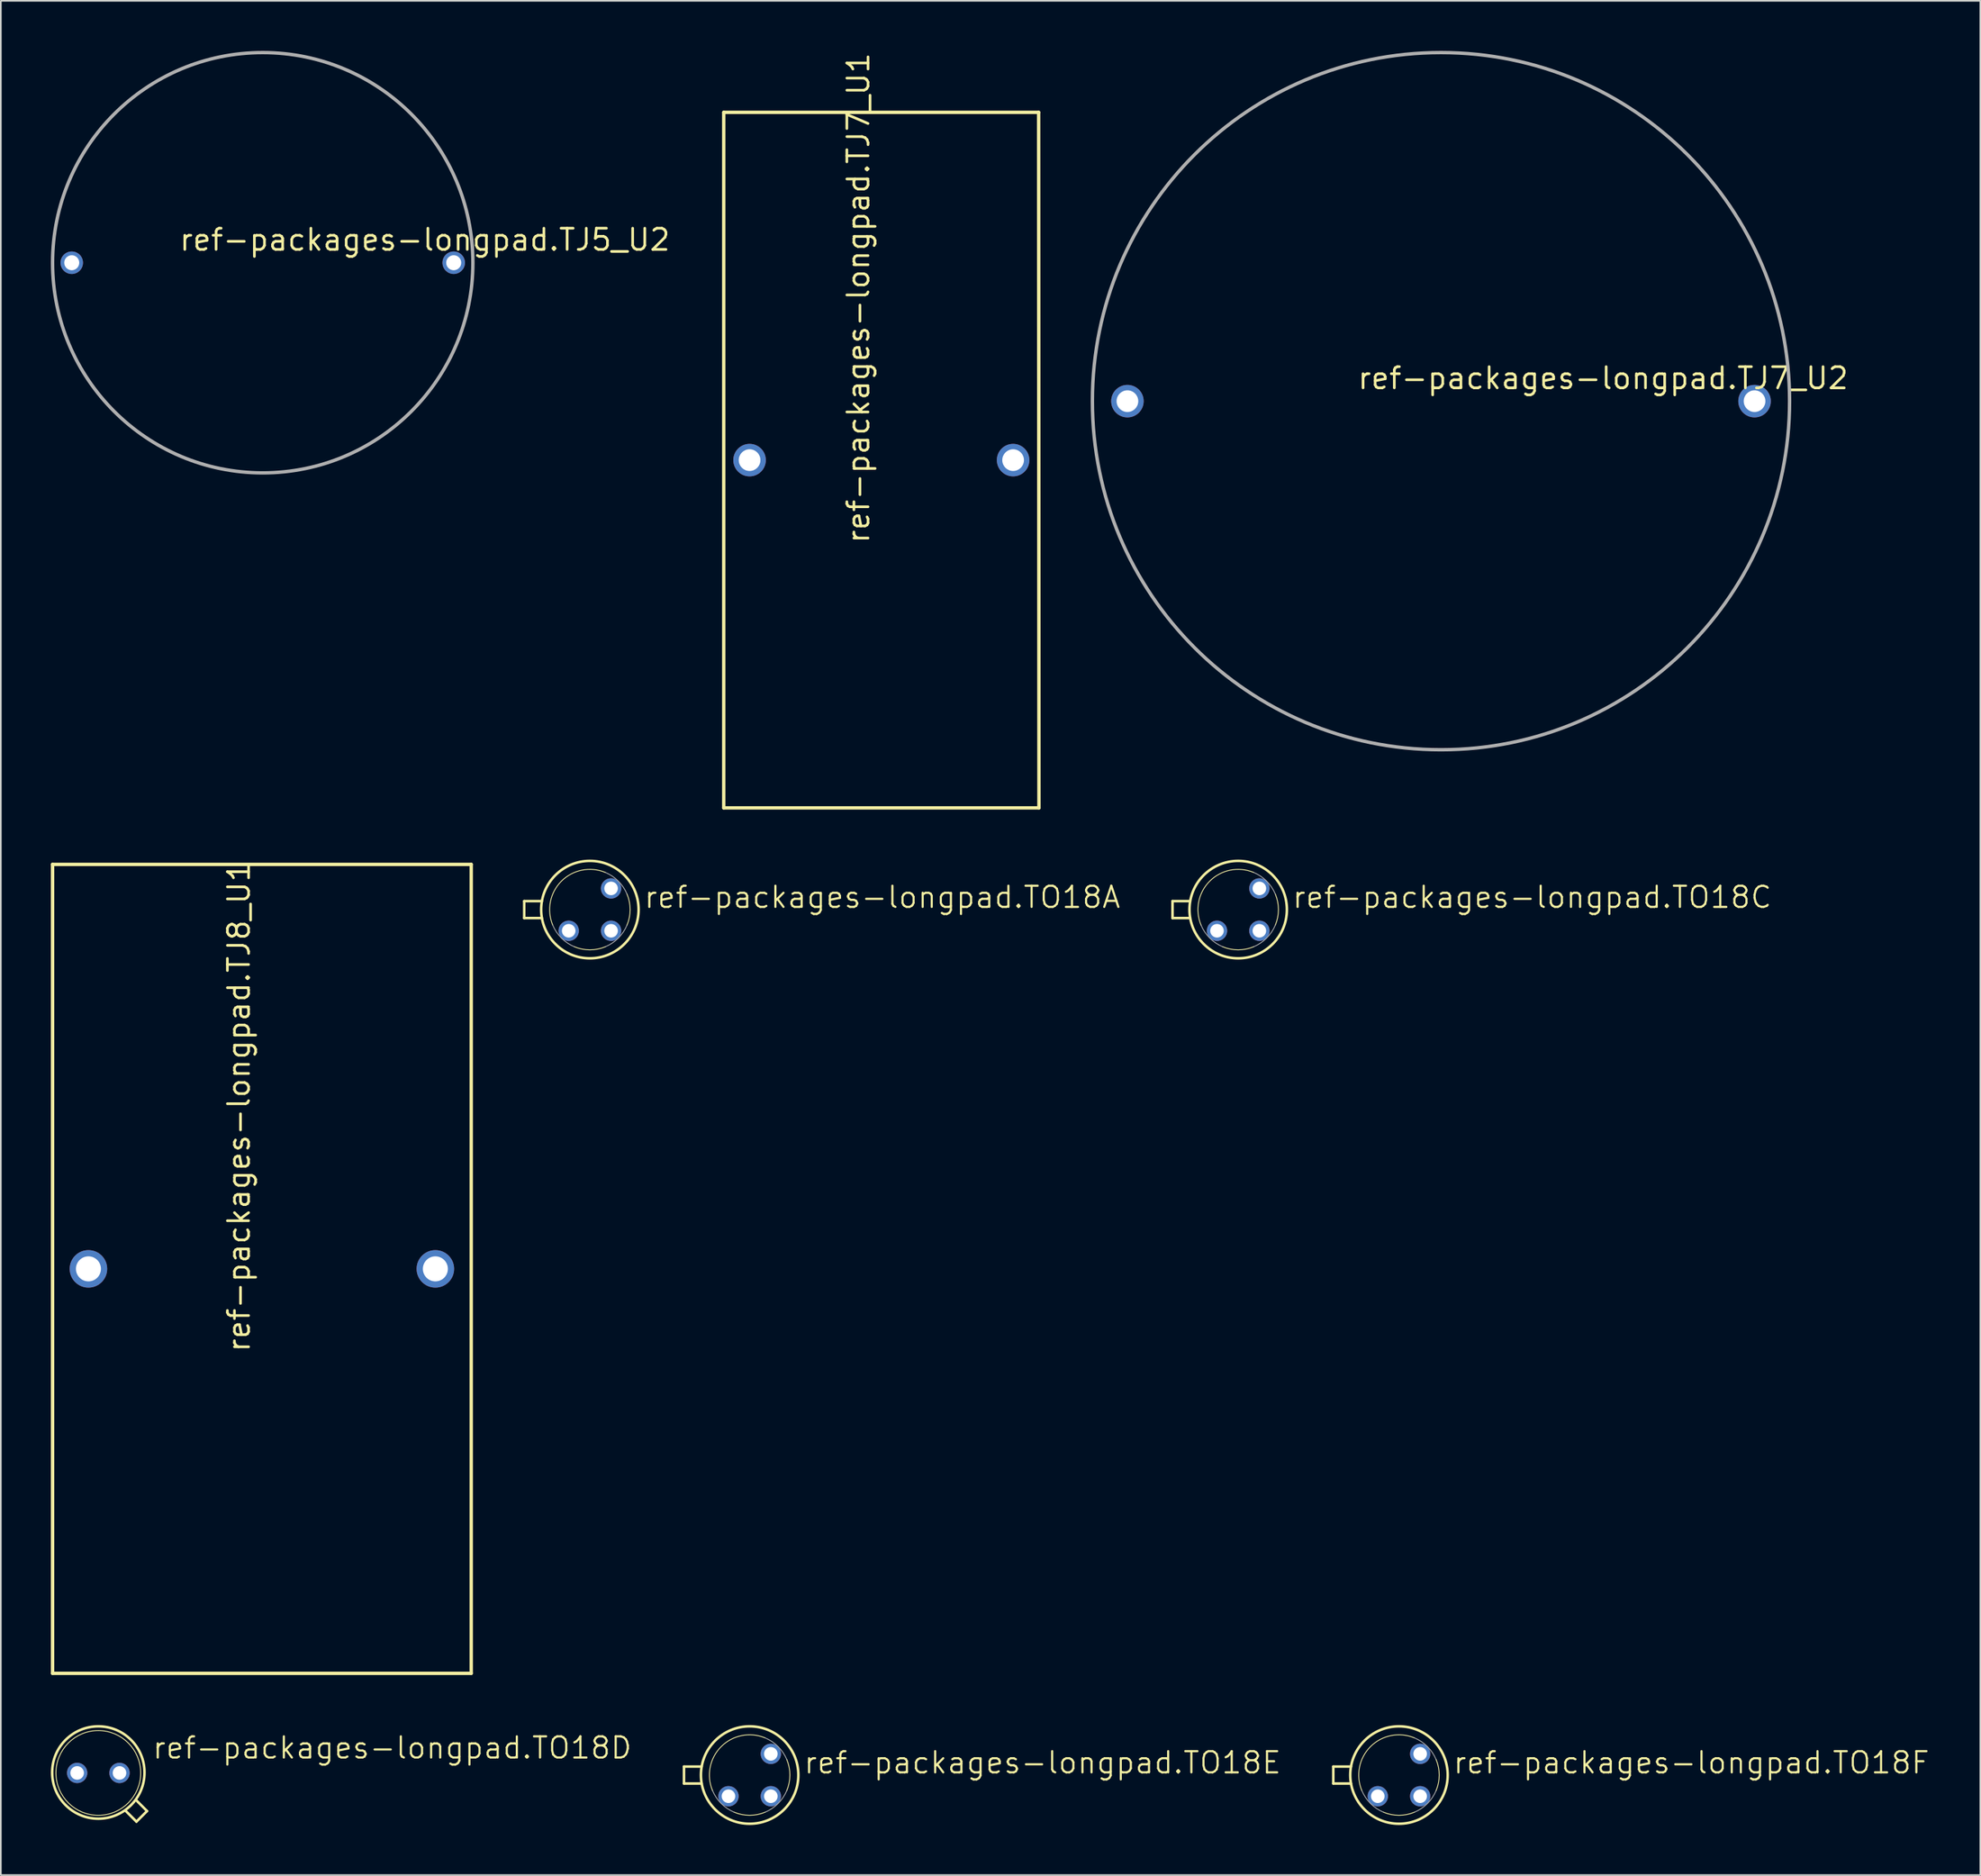
<source format=kicad_pcb>
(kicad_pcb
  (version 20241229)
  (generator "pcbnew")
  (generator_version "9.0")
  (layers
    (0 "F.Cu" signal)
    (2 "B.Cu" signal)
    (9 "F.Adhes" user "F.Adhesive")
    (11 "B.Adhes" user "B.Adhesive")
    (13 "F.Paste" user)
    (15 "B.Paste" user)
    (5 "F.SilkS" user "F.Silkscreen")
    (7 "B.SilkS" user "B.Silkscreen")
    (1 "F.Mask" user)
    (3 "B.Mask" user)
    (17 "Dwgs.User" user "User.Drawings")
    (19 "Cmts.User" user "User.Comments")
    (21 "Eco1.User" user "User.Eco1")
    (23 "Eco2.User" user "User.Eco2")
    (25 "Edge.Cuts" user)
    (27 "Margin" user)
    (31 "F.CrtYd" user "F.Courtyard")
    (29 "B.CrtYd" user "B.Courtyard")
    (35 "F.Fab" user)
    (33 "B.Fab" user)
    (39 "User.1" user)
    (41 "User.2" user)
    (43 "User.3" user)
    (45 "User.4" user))
  (footprint "ref-packages-longpad.TO18A"
    (layer "F.Cu")
    (at 32.316 51.486)
    (property "Reference" "ref-packages-longpad.TO18A" (at 3.175 0 0) (layer "F.SilkS") (effects (font (size 1.27 1.27) (thickness 0.13)) (justify left bottom)))
    (attr through_hole)
    (fp_line (start -3.937 -0.508) (end -2.877 -0.508) (stroke (width 0.152) (type default)) (layer "F.SilkS"))
    (fp_line (start -3.937 0.508) (end -3.937 -0.508) (stroke (width 0.152) (type default)) (layer "F.SilkS"))
    (fp_line (start -3.937 0.508) (end -2.877 0.508) (stroke (width 0.152) (type default)) (layer "F.SilkS"))
    (fp_arc (start -2.227 0.9289) (mid -1.706187 -1.706287) (end 0.929 -2.2271) (stroke (width 0.0508) (type default)) (layer "F.SilkS"))
    (fp_arc (start 0.9289 2.227) (mid 0 2.412962) (end -0.9289 2.227) (stroke (width 0.0508) (type default)) (layer "F.SilkS"))
    (fp_arc (start 2.227 -0.9289) (mid 2.412962 0) (end 2.227 0.9289) (stroke (width 0.0508) (type default)) (layer "F.SilkS"))
    (fp_circle (center 0 0) (end 2.921 0) (stroke (width 0.152) (type default)) (fill no) (layer "F.SilkS"))
    (fp_arc (start -0.9289 2.227) (mid -1.706222 1.706222) (end -2.227 0.9289) (stroke (width 0.0508) (type default)) (layer "F.Fab"))
    (fp_arc (start 0.9289 -2.227) (mid 1.706222 -1.706222) (end 2.227 -0.9289) (stroke (width 0.0508) (type default)) (layer "F.Fab"))
    (fp_arc (start 2.227 0.9289) (mid 1.706222 1.706222) (end 0.9289 2.227) (stroke (width 0.0508) (type default)) (layer "F.Fab"))
    (pad "B" thru_hole circle (at 1.27 1.27) (size 1.219 1.219) (drill 0.813) (layers "*.Cu" "*.Mask"))
    (pad "C" thru_hole circle (at 1.27 -1.27) (size 1.219 1.219) (drill 0.813) (layers "*.Cu" "*.Mask"))
    (pad "E" thru_hole circle (at -1.27 1.27) (size 1.219 1.219) (drill 0.813) (layers "*.Cu" "*.Mask")))
  (footprint "ref-packages-longpad.TO18F"
    (layer "F.Cu")
    (at 80.825 103.375)
    (property "Reference" "ref-packages-longpad.TO18F" (at 3.175 0 0) (layer "F.SilkS") (effects (font (size 1.27 1.27) (thickness 0.13)) (justify left bottom)))
    (attr through_hole)
    (fp_line (start -3.937 -0.508) (end -2.877 -0.508) (stroke (width 0.152) (type default)) (layer "F.SilkS"))
    (fp_line (start -3.937 0.508) (end -3.937 -0.508) (stroke (width 0.152) (type default)) (layer "F.SilkS"))
    (fp_line (start -3.937 0.508) (end -2.877 0.508) (stroke (width 0.152) (type default)) (layer "F.SilkS"))
    (fp_arc (start -2.227 0.9289) (mid -1.706187 -1.706287) (end 0.929 -2.2271) (stroke (width 0.0508) (type default)) (layer "F.SilkS"))
    (fp_arc (start 0.9289 2.227) (mid 0 2.412962) (end -0.9289 2.227) (stroke (width 0.0508) (type default)) (layer "F.SilkS"))
    (fp_arc (start 2.227 -0.9289) (mid 2.412962 0) (end 2.227 0.9289) (stroke (width 0.0508) (type default)) (layer "F.SilkS"))
    (fp_circle (center 0 0) (end 2.921 0) (stroke (width 0.152) (type default)) (fill no) (layer "F.SilkS"))
    (fp_arc (start -0.9289 2.227) (mid -1.706222 1.706222) (end -2.227 0.9289) (stroke (width 0.0508) (type default)) (layer "F.Fab"))
    (fp_arc (start 0.9289 -2.227) (mid 1.706222 -1.706222) (end 2.227 -0.9289) (stroke (width 0.0508) (type default)) (layer "F.Fab"))
    (fp_arc (start 2.227 0.9289) (mid 1.706222 1.706222) (end 0.9289 2.227) (stroke (width 0.0508) (type default)) (layer "F.Fab"))
    (pad "D" thru_hole circle (at 1.27 -1.27) (size 1.219 1.219) (drill 0.813) (layers "*.Cu" "*.Mask"))
    (pad "G" thru_hole circle (at 1.27 1.27) (size 1.219 1.219) (drill 0.813) (layers "*.Cu" "*.Mask"))
    (pad "S" thru_hole circle (at -1.27 1.27) (size 1.219 1.219) (drill 0.813) (layers "*.Cu" "*.Mask")))
  (footprint "ref-packages-longpad.TJ5_U2"
    (layer "F.Cu")
    (at 12.702 12.702)
    (property "Reference" "ref-packages-longpad.TJ5_U2" (at -5.08 -0.635 0) (layer "F.SilkS") (effects (font (size 1.27 1.27) (thickness 0.16)) (justify left bottom)))
    (attr through_hole)
    (fp_circle (center 0 0) (end 12.6 0) (stroke (width 0.203) (type default)) (fill no) (layer "F.Fab"))
    (pad "1" thru_hole circle (at -11.45 0) (size 1.35 1.35) (drill 0.9) (layers "*.Cu" "*.Mask"))
    (pad "2" thru_hole circle (at 11.45 0) (size 1.35 1.35) (drill 0.9) (layers "*.Cu" "*.Mask")))
  (footprint "ref-packages-longpad.TJ7_U1"
    (layer "F.Cu")
    (at 49.791 24.537)
    (property "Reference" "ref-packages-longpad.TJ7_U1" (at -0.635 5.08 90) (layer "F.SilkS") (effects (font (size 1.27 1.27) (thickness 0.16)) (justify left bottom)))
    (attr through_hole)
    (fp_line (start -9.45 -20.85) (end 9.43 -20.85) (stroke (width 0.203) (type default)) (layer "F.SilkS"))
    (fp_line (start -9.45 20.85) (end -9.45 -20.85) (stroke (width 0.203) (type default)) (layer "F.SilkS"))
    (fp_line (start 9.43 -20.85) (end 9.45 20.85) (stroke (width 0.203) (type default)) (layer "F.SilkS"))
    (fp_line (start 9.45 20.85) (end -9.45 20.85) (stroke (width 0.203) (type default)) (layer "F.SilkS"))
    (pad "1" thru_hole circle (at -7.9 0) (size 1.95 1.95) (drill 1.3) (layers "*.Cu" "*.Mask"))
    (pad "2" thru_hole circle (at 7.9 0) (size 1.95 1.95) (drill 1.3) (layers "*.Cu" "*.Mask")))
  (footprint "ref-packages-longpad.TO18E"
    (layer "F.Cu")
    (at 41.895 103.375)
    (property "Reference" "ref-packages-longpad.TO18E" (at 3.175 0 0) (layer "F.SilkS") (effects (font (size 1.27 1.27) (thickness 0.13)) (justify left bottom)))
    (attr through_hole)
    (fp_line (start -3.937 -0.508) (end -2.877 -0.508) (stroke (width 0.152) (type default)) (layer "F.SilkS"))
    (fp_line (start -3.937 0.508) (end -3.937 -0.508) (stroke (width 0.152) (type default)) (layer "F.SilkS"))
    (fp_line (start -3.937 0.508) (end -2.877 0.508) (stroke (width 0.152) (type default)) (layer "F.SilkS"))
    (fp_arc (start -2.227 0.9289) (mid -1.706187 -1.706287) (end 0.929 -2.2271) (stroke (width 0.0508) (type default)) (layer "F.SilkS"))
    (fp_arc (start 0.9289 2.227) (mid 0 2.412962) (end -0.9289 2.227) (stroke (width 0.0508) (type default)) (layer "F.SilkS"))
    (fp_arc (start 2.227 -0.9289) (mid 2.412962 0) (end 2.227 0.9289) (stroke (width 0.0508) (type default)) (layer "F.SilkS"))
    (fp_circle (center 0 0) (end 2.921 0) (stroke (width 0.152) (type default)) (fill no) (layer "F.SilkS"))
    (fp_arc (start -0.9289 2.227) (mid -1.706222 1.706222) (end -2.227 0.9289) (stroke (width 0.0508) (type default)) (layer "F.Fab"))
    (fp_arc (start 0.9289 -2.227) (mid 1.706222 -1.706222) (end 2.227 -0.9289) (stroke (width 0.0508) (type default)) (layer "F.Fab"))
    (fp_arc (start 2.227 0.9289) (mid 1.706222 1.706222) (end 0.9289 2.227) (stroke (width 0.0508) (type default)) (layer "F.Fab"))
    (pad "D" thru_hole circle (at 1.27 1.27) (size 1.219 1.219) (drill 0.813) (layers "*.Cu" "*.Mask"))
    (pad "G" thru_hole circle (at 1.27 -1.27) (size 1.219 1.219) (drill 0.813) (layers "*.Cu" "*.Mask"))
    (pad "S" thru_hole circle (at -1.27 1.27) (size 1.219 1.219) (drill 0.813) (layers "*.Cu" "*.Mask")))
  (footprint "ref-packages-longpad.TO18D"
    (layer "F.Cu")
    (at 2.845 103.248)
    (property "Reference" "ref-packages-longpad.TO18D" (at 3.175 -0.762 0) (layer "F.SilkS") (effects (font (size 1.27 1.27) (thickness 0.13)) (justify left bottom)))
    (attr through_hole)
    (fp_line (start 1.651 2.286) (end 2.286 2.921) (stroke (width 0.152) (type default)) (layer "F.SilkS"))
    (fp_line (start 2.286 2.921) (end 2.921 2.286) (stroke (width 0.152) (type default)) (layer "F.SilkS"))
    (fp_line (start 2.921 2.286) (end 2.286 1.651) (stroke (width 0.152) (type default)) (layer "F.SilkS"))
    (fp_circle (center 0 -0.025) (end 2.769 -0.025) (stroke (width 0.152) (type default)) (fill no) (layer "F.SilkS"))
    (fp_circle (center 0 0) (end 2.54 0) (stroke (width 0.051) (type default)) (fill no) (layer "F.SilkS"))
    (pad "A" thru_hole circle (at 1.27 0) (size 1.219 1.219) (drill 0.813) (layers "*.Cu" "*.Mask"))
    (pad "C" thru_hole circle (at -1.27 0) (size 1.219 1.219) (drill 0.813) (layers "*.Cu" "*.Mask")))
  (footprint "ref-packages-longpad.TJ8_U1"
    (layer "F.Cu")
    (at 12.652 73.026)
    (property "Reference" "ref-packages-longpad.TJ8_U1" (at -0.635 5.08 90) (layer "F.SilkS") (effects (font (size 1.27 1.27) (thickness 0.16)) (justify left bottom)))
    (attr through_hole)
    (fp_line (start -12.55 -24.25) (end 12.55 -24.25) (stroke (width 0.203) (type default)) (layer "F.SilkS"))
    (fp_line (start -12.55 24.25) (end -12.55 -24.25) (stroke (width 0.203) (type default)) (layer "F.SilkS"))
    (fp_line (start 12.55 -24.25) (end 12.55 24.25) (stroke (width 0.203) (type default)) (layer "F.SilkS"))
    (fp_line (start 12.55 24.25) (end -12.55 24.25) (stroke (width 0.203) (type default)) (layer "F.SilkS"))
    (pad "1" thru_hole circle (at -10.4 0) (size 2.25 2.25) (drill 1.5) (layers "*.Cu" "*.Mask"))
    (pad "2" thru_hole circle (at 10.4 0) (size 2.25 2.25) (drill 1.5) (layers "*.Cu" "*.Mask")))
  (footprint "ref-packages-longpad.TJ7_U2"
    (layer "F.Cu")
    (at 83.344 21.002)
    (property "Reference" "ref-packages-longpad.TJ7_U2" (at -5.08 -0.635 0) (layer "F.SilkS") (effects (font (size 1.27 1.27) (thickness 0.16)) (justify left bottom)))
    (attr through_hole)
    (fp_circle (center 0 0) (end 20.9 0) (stroke (width 0.203) (type default)) (fill no) (layer "F.Fab"))
    (pad "1" thru_hole circle (at -18.8 0) (size 1.95 1.95) (drill 1.3) (layers "*.Cu" "*.Mask"))
    (pad "2" thru_hole circle (at 18.8 0) (size 1.95 1.95) (drill 1.3) (layers "*.Cu" "*.Mask")))
  (footprint "ref-packages-longpad.TO18C"
    (layer "F.Cu")
    (at 71.185 51.486)
    (property "Reference" "ref-packages-longpad.TO18C" (at 3.175 0 0) (layer "F.SilkS") (effects (font (size 1.27 1.27) (thickness 0.13)) (justify left bottom)))
    (attr through_hole)
    (fp_line (start -3.937 -0.508) (end -2.877 -0.508) (stroke (width 0.152) (type default)) (layer "F.SilkS"))
    (fp_line (start -3.937 0.508) (end -3.937 -0.508) (stroke (width 0.152) (type default)) (layer "F.SilkS"))
    (fp_line (start -3.937 0.508) (end -2.877 0.508) (stroke (width 0.152) (type default)) (layer "F.SilkS"))
    (fp_arc (start -2.227 0.9289) (mid -1.706187 -1.706287) (end 0.929 -2.2271) (stroke (width 0.0508) (type default)) (layer "F.SilkS"))
    (fp_arc (start 0.9289 2.227) (mid 0 2.412962) (end -0.9289 2.227) (stroke (width 0.0508) (type default)) (layer "F.SilkS"))
    (fp_arc (start 2.227 -0.9289) (mid 2.412962 0) (end 2.227 0.9289) (stroke (width 0.0508) (type default)) (layer "F.SilkS"))
    (fp_circle (center 0 0) (end 2.921 0) (stroke (width 0.152) (type default)) (fill no) (layer "F.SilkS"))
    (fp_arc (start -0.9289 2.227) (mid -1.706222 1.706222) (end -2.227 0.9289) (stroke (width 0.0508) (type default)) (layer "F.Fab"))
    (fp_arc (start 0.9289 -2.227) (mid 1.706222 -1.706222) (end 2.227 -0.9289) (stroke (width 0.0508) (type default)) (layer "F.Fab"))
    (fp_arc (start 2.227 0.9289) (mid 1.706222 1.706222) (end 0.9289 2.227) (stroke (width 0.0508) (type default)) (layer "F.Fab"))
    (pad "B" thru_hole circle (at -1.27 1.27) (size 1.219 1.219) (drill 0.813) (layers "*.Cu" "*.Mask"))
    (pad "C" thru_hole circle (at 1.27 -1.27) (size 1.219 1.219) (drill 0.813) (layers "*.Cu" "*.Mask"))
    (pad "E" thru_hole circle (at 1.27 1.27) (size 1.219 1.219) (drill 0.813) (layers "*.Cu" "*.Mask")))
  (gr_rect
    (start -3 -3)
    (end 115.68 109.372)
    (stroke (width 0.1) (type default))
    (fill no)
    (layer "Edge.Cuts")))
</source>
